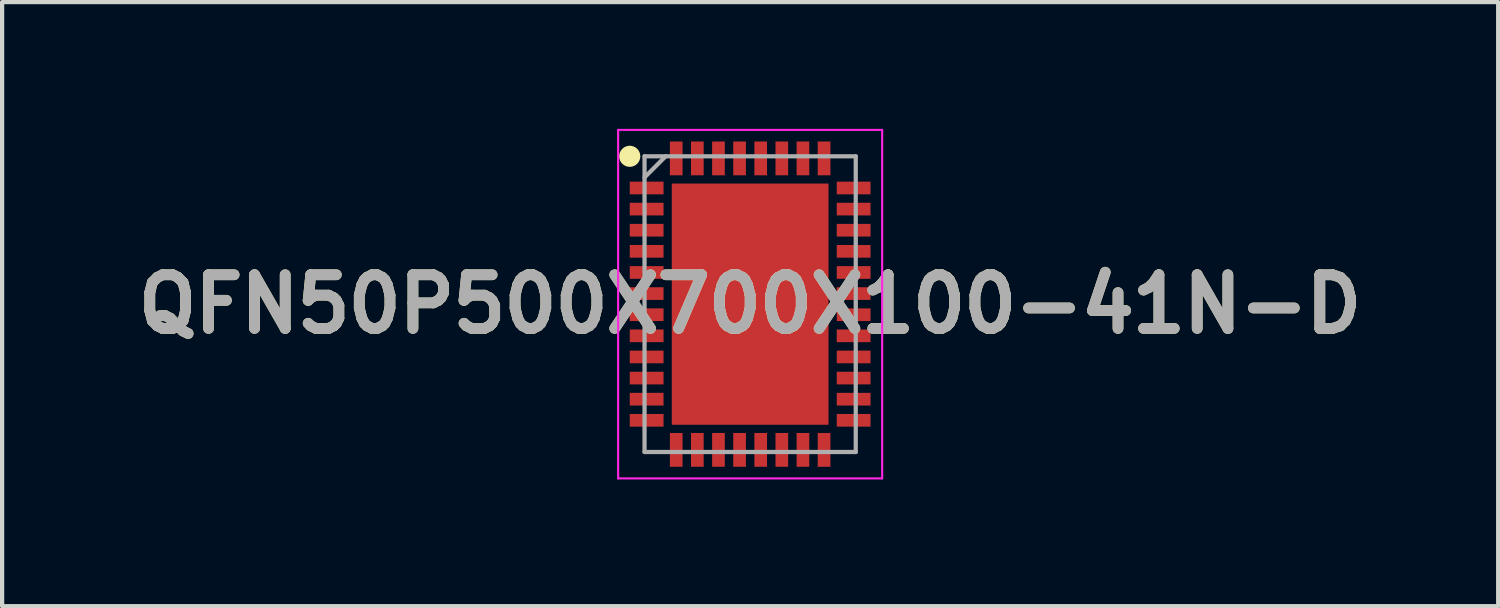
<source format=kicad_pcb>
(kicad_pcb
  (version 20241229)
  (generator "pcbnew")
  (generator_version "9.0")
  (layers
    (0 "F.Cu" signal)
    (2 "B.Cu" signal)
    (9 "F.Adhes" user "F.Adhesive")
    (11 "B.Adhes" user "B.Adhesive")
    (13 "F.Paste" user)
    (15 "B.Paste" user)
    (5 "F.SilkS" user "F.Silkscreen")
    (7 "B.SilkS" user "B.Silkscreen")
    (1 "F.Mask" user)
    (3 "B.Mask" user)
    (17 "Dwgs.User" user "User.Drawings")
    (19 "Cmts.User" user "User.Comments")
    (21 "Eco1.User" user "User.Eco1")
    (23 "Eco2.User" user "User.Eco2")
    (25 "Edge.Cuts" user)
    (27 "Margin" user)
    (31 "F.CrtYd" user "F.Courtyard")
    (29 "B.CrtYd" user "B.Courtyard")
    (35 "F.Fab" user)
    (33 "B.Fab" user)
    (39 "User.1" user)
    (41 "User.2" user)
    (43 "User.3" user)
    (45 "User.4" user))
  (footprint "QFN50P500X700X100-41N-D"
    (layer "F.Cu")
    (at 14.708 4.15)
    (property "Reference" "QFN50P500X700X100-41N-D" (at 0 0 0) (layer "F.SilkS") (effects (font (size 1.27 1.27) (thickness 0.254))))
    (attr smd)
    (fp_circle (center -2.85 -3.5) (end -2.85 -3.375) (stroke (width 0.25) (type solid)) (fill no) (layer "F.SilkS"))
    (fp_line (start -3.125 -4.125) (end 3.125 -4.125) (stroke (width 0.05) (type solid)) (layer "F.CrtYd"))
    (fp_line (start -3.125 4.125) (end -3.125 -4.125) (stroke (width 0.05) (type solid)) (layer "F.CrtYd"))
    (fp_line (start 3.125 -4.125) (end 3.125 4.125) (stroke (width 0.05) (type solid)) (layer "F.CrtYd"))
    (fp_line (start 3.125 4.125) (end -3.125 4.125) (stroke (width 0.05) (type solid)) (layer "F.CrtYd"))
    (fp_line (start -2.5 -3.5) (end 2.5 -3.5) (stroke (width 0.1) (type solid)) (layer "F.Fab"))
    (fp_line (start -2.5 -3) (end -2 -3.5) (stroke (width 0.1) (type solid)) (layer "F.Fab"))
    (fp_line (start -2.5 3.5) (end -2.5 -3.5) (stroke (width 0.1) (type solid)) (layer "F.Fab"))
    (fp_line (start 2.5 -3.5) (end 2.5 3.5) (stroke (width 0.1) (type solid)) (layer "F.Fab"))
    (fp_line (start 2.5 3.5) (end -2.5 3.5) (stroke (width 0.1) (type solid)) (layer "F.Fab"))
    (fp_text user "${REFERENCE}" (at 0 0 0) (layer "F.Fab") (effects (font (size 1.27 1.27) (thickness 0.254))))
    (pad "1" smd rect (at -2.45 -2.75 90) (size 0.3 0.8) (layers "F.Cu" "F.Mask" "F.Paste"))
    (pad "2" smd rect (at -2.45 -2.25 90) (size 0.3 0.8) (layers "F.Cu" "F.Mask" "F.Paste"))
    (pad "3" smd rect (at -2.45 -1.75 90) (size 0.3 0.8) (layers "F.Cu" "F.Mask" "F.Paste"))
    (pad "4" smd rect (at -2.45 -1.25 90) (size 0.3 0.8) (layers "F.Cu" "F.Mask" "F.Paste"))
    (pad "5" smd rect (at -2.45 -0.75 90) (size 0.3 0.8) (layers "F.Cu" "F.Mask" "F.Paste"))
    (pad "6" smd rect (at -2.45 -0.25 90) (size 0.3 0.8) (layers "F.Cu" "F.Mask" "F.Paste"))
    (pad "7" smd rect (at -2.45 0.25 90) (size 0.3 0.8) (layers "F.Cu" "F.Mask" "F.Paste"))
    (pad "8" smd rect (at -2.45 0.75 90) (size 0.3 0.8) (layers "F.Cu" "F.Mask" "F.Paste"))
    (pad "9" smd rect (at -2.45 1.25 90) (size 0.3 0.8) (layers "F.Cu" "F.Mask" "F.Paste"))
    (pad "10" smd rect (at -2.45 1.75 90) (size 0.3 0.8) (layers "F.Cu" "F.Mask" "F.Paste"))
    (pad "11" smd rect (at -2.45 2.25 90) (size 0.3 0.8) (layers "F.Cu" "F.Mask" "F.Paste"))
    (pad "12" smd rect (at -2.45 2.75 90) (size 0.3 0.8) (layers "F.Cu" "F.Mask" "F.Paste"))
    (pad "13" smd rect (at -1.75 3.45) (size 0.3 0.8) (layers "F.Cu" "F.Mask" "F.Paste"))
    (pad "14" smd rect (at -1.25 3.45) (size 0.3 0.8) (layers "F.Cu" "F.Mask" "F.Paste"))
    (pad "15" smd rect (at -0.75 3.45) (size 0.3 0.8) (layers "F.Cu" "F.Mask" "F.Paste"))
    (pad "16" smd rect (at -0.25 3.45) (size 0.3 0.8) (layers "F.Cu" "F.Mask" "F.Paste"))
    (pad "17" smd rect (at 0.25 3.45) (size 0.3 0.8) (layers "F.Cu" "F.Mask" "F.Paste"))
    (pad "18" smd rect (at 0.75 3.45) (size 0.3 0.8) (layers "F.Cu" "F.Mask" "F.Paste"))
    (pad "19" smd rect (at 1.25 3.45) (size 0.3 0.8) (layers "F.Cu" "F.Mask" "F.Paste"))
    (pad "20" smd rect (at 1.75 3.45) (size 0.3 0.8) (layers "F.Cu" "F.Mask" "F.Paste"))
    (pad "21" smd rect (at 2.45 2.75 90) (size 0.3 0.8) (layers "F.Cu" "F.Mask" "F.Paste"))
    (pad "22" smd rect (at 2.45 2.25 90) (size 0.3 0.8) (layers "F.Cu" "F.Mask" "F.Paste"))
    (pad "23" smd rect (at 2.45 1.75 90) (size 0.3 0.8) (layers "F.Cu" "F.Mask" "F.Paste"))
    (pad "24" smd rect (at 2.45 1.25 90) (size 0.3 0.8) (layers "F.Cu" "F.Mask" "F.Paste"))
    (pad "25" smd rect (at 2.45 0.75 90) (size 0.3 0.8) (layers "F.Cu" "F.Mask" "F.Paste"))
    (pad "26" smd rect (at 2.45 0.25 90) (size 0.3 0.8) (layers "F.Cu" "F.Mask" "F.Paste"))
    (pad "27" smd rect (at 2.45 -0.25 90) (size 0.3 0.8) (layers "F.Cu" "F.Mask" "F.Paste"))
    (pad "28" smd rect (at 2.45 -0.75 90) (size 0.3 0.8) (layers "F.Cu" "F.Mask" "F.Paste"))
    (pad "29" smd rect (at 2.45 -1.25 90) (size 0.3 0.8) (layers "F.Cu" "F.Mask" "F.Paste"))
    (pad "30" smd rect (at 2.45 -1.75 90) (size 0.3 0.8) (layers "F.Cu" "F.Mask" "F.Paste"))
    (pad "31" smd rect (at 2.45 -2.25 90) (size 0.3 0.8) (layers "F.Cu" "F.Mask" "F.Paste"))
    (pad "32" smd rect (at 2.45 -2.75 90) (size 0.3 0.8) (layers "F.Cu" "F.Mask" "F.Paste"))
    (pad "33" smd rect (at 1.75 -3.45) (size 0.3 0.8) (layers "F.Cu" "F.Mask" "F.Paste"))
    (pad "34" smd rect (at 1.25 -3.45) (size 0.3 0.8) (layers "F.Cu" "F.Mask" "F.Paste"))
    (pad "35" smd rect (at 0.75 -3.45) (size 0.3 0.8) (layers "F.Cu" "F.Mask" "F.Paste"))
    (pad "36" smd rect (at 0.25 -3.45) (size 0.3 0.8) (layers "F.Cu" "F.Mask" "F.Paste"))
    (pad "37" smd rect (at -0.25 -3.45) (size 0.3 0.8) (layers "F.Cu" "F.Mask" "F.Paste"))
    (pad "38" smd rect (at -0.75 -3.45) (size 0.3 0.8) (layers "F.Cu" "F.Mask" "F.Paste"))
    (pad "39" smd rect (at -1.25 -3.45) (size 0.3 0.8) (layers "F.Cu" "F.Mask" "F.Paste"))
    (pad "40" smd rect (at -1.75 -3.45) (size 0.3 0.8) (layers "F.Cu" "F.Mask" "F.Paste"))
    (pad "41" smd rect (at 0 0) (size 3.71 5.71) (layers "F.Cu" "F.Mask" "F.Paste")))
  (gr_rect
    (start -3 -3)
    (end 32.416 11.3)
    (stroke (width 0.1) (type default))
    (fill no)
    (layer "Edge.Cuts")))
</source>
